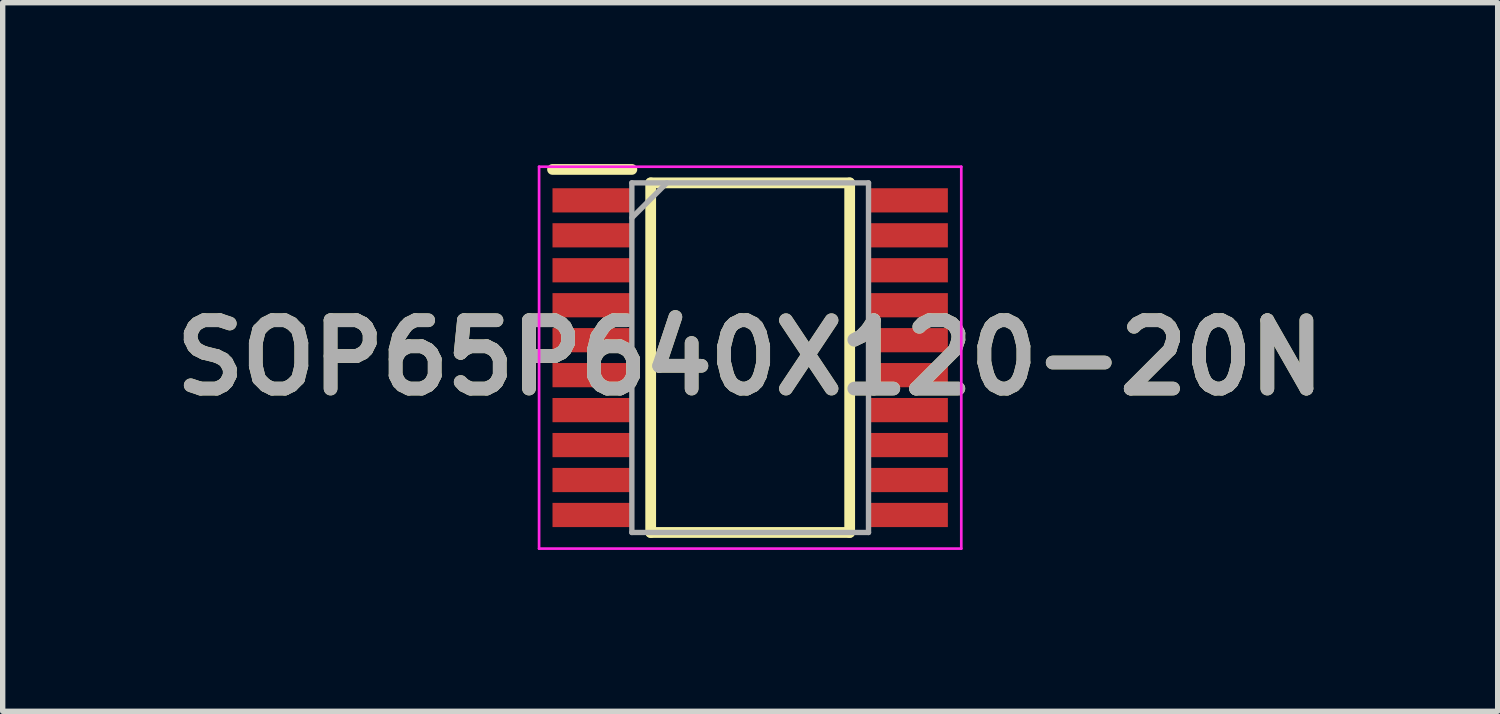
<source format=kicad_pcb>
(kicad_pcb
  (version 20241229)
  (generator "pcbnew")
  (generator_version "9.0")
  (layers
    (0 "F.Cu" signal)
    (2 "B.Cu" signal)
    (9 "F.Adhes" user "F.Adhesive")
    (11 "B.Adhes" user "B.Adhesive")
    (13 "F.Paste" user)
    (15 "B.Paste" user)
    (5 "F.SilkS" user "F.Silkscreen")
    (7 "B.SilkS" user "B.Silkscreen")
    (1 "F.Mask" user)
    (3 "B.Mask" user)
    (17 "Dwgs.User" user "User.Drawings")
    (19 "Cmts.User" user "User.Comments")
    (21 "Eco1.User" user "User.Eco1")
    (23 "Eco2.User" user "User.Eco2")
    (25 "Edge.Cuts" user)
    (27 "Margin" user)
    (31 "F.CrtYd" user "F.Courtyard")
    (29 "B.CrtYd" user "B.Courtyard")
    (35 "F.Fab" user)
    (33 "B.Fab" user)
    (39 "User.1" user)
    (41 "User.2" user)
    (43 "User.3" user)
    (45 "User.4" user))
  (footprint "SOP65P640X120-20N"
    (layer "F.Cu")
    (at 10.898 3.6)
    (property "Reference" "SOP65P640X120-20N" (at 0 0 0) (layer "F.SilkS") (effects (font (size 1.27 1.27) (thickness 0.254))))
    (attr smd)
    (fp_line (start -3.675 -3.5) (end -2.2 -3.5) (stroke (width 0.2) (type solid)) (layer "F.SilkS"))
    (fp_line (start -1.85 -3.25) (end 1.85 -3.25) (stroke (width 0.2) (type solid)) (layer "F.SilkS"))
    (fp_line (start -1.85 3.25) (end -1.85 -3.25) (stroke (width 0.2) (type solid)) (layer "F.SilkS"))
    (fp_line (start 1.85 -3.25) (end 1.85 3.25) (stroke (width 0.2) (type solid)) (layer "F.SilkS"))
    (fp_line (start 1.85 3.25) (end -1.85 3.25) (stroke (width 0.2) (type solid)) (layer "F.SilkS"))
    (fp_line (start -3.925 -3.55) (end 3.925 -3.55) (stroke (width 0.05) (type solid)) (layer "F.CrtYd"))
    (fp_line (start -3.925 3.55) (end -3.925 -3.55) (stroke (width 0.05) (type solid)) (layer "F.CrtYd"))
    (fp_line (start 3.925 -3.55) (end 3.925 3.55) (stroke (width 0.05) (type solid)) (layer "F.CrtYd"))
    (fp_line (start 3.925 3.55) (end -3.925 3.55) (stroke (width 0.05) (type solid)) (layer "F.CrtYd"))
    (fp_line (start -2.2 -3.25) (end 2.2 -3.25) (stroke (width 0.1) (type solid)) (layer "F.Fab"))
    (fp_line (start -2.2 -2.6) (end -1.55 -3.25) (stroke (width 0.1) (type solid)) (layer "F.Fab"))
    (fp_line (start -2.2 3.25) (end -2.2 -3.25) (stroke (width 0.1) (type solid)) (layer "F.Fab"))
    (fp_line (start 2.2 -3.25) (end 2.2 3.25) (stroke (width 0.1) (type solid)) (layer "F.Fab"))
    (fp_line (start 2.2 3.25) (end -2.2 3.25) (stroke (width 0.1) (type solid)) (layer "F.Fab"))
    (fp_text user "${REFERENCE}" (at 0 0 0) (layer "F.Fab") (effects (font (size 1.27 1.27) (thickness 0.254))))
    (pad "1" smd rect (at -2.938 -2.925 90) (size 0.45 1.475) (layers "F.Cu" "F.Mask" "F.Paste"))
    (pad "2" smd rect (at -2.938 -2.275 90) (size 0.45 1.475) (layers "F.Cu" "F.Mask" "F.Paste"))
    (pad "3" smd rect (at -2.938 -1.625 90) (size 0.45 1.475) (layers "F.Cu" "F.Mask" "F.Paste"))
    (pad "4" smd rect (at -2.938 -0.975 90) (size 0.45 1.475) (layers "F.Cu" "F.Mask" "F.Paste"))
    (pad "5" smd rect (at -2.938 -0.325 90) (size 0.45 1.475) (layers "F.Cu" "F.Mask" "F.Paste"))
    (pad "6" smd rect (at -2.938 0.325 90) (size 0.45 1.475) (layers "F.Cu" "F.Mask" "F.Paste"))
    (pad "7" smd rect (at -2.938 0.975 90) (size 0.45 1.475) (layers "F.Cu" "F.Mask" "F.Paste"))
    (pad "8" smd rect (at -2.938 1.625 90) (size 0.45 1.475) (layers "F.Cu" "F.Mask" "F.Paste"))
    (pad "9" smd rect (at -2.938 2.275 90) (size 0.45 1.475) (layers "F.Cu" "F.Mask" "F.Paste"))
    (pad "10" smd rect (at -2.938 2.925 90) (size 0.45 1.475) (layers "F.Cu" "F.Mask" "F.Paste"))
    (pad "11" smd rect (at 2.938 2.925 90) (size 0.45 1.475) (layers "F.Cu" "F.Mask" "F.Paste"))
    (pad "12" smd rect (at 2.938 2.275 90) (size 0.45 1.475) (layers "F.Cu" "F.Mask" "F.Paste"))
    (pad "13" smd rect (at 2.938 1.625 90) (size 0.45 1.475) (layers "F.Cu" "F.Mask" "F.Paste"))
    (pad "14" smd rect (at 2.938 0.975 90) (size 0.45 1.475) (layers "F.Cu" "F.Mask" "F.Paste"))
    (pad "15" smd rect (at 2.938 0.325 90) (size 0.45 1.475) (layers "F.Cu" "F.Mask" "F.Paste"))
    (pad "16" smd rect (at 2.938 -0.325 90) (size 0.45 1.475) (layers "F.Cu" "F.Mask" "F.Paste"))
    (pad "17" smd rect (at 2.938 -0.975 90) (size 0.45 1.475) (layers "F.Cu" "F.Mask" "F.Paste"))
    (pad "18" smd rect (at 2.938 -1.625 90) (size 0.45 1.475) (layers "F.Cu" "F.Mask" "F.Paste"))
    (pad "19" smd rect (at 2.938 -2.275 90) (size 0.45 1.475) (layers "F.Cu" "F.Mask" "F.Paste"))
    (pad "20" smd rect (at 2.938 -2.925 90) (size 0.45 1.475) (layers "F.Cu" "F.Mask" "F.Paste")))
  (gr_rect
    (start -3 -3)
    (end 24.796 10.175)
    (stroke (width 0.1) (type default))
    (fill no)
    (layer "Edge.Cuts")))
</source>
